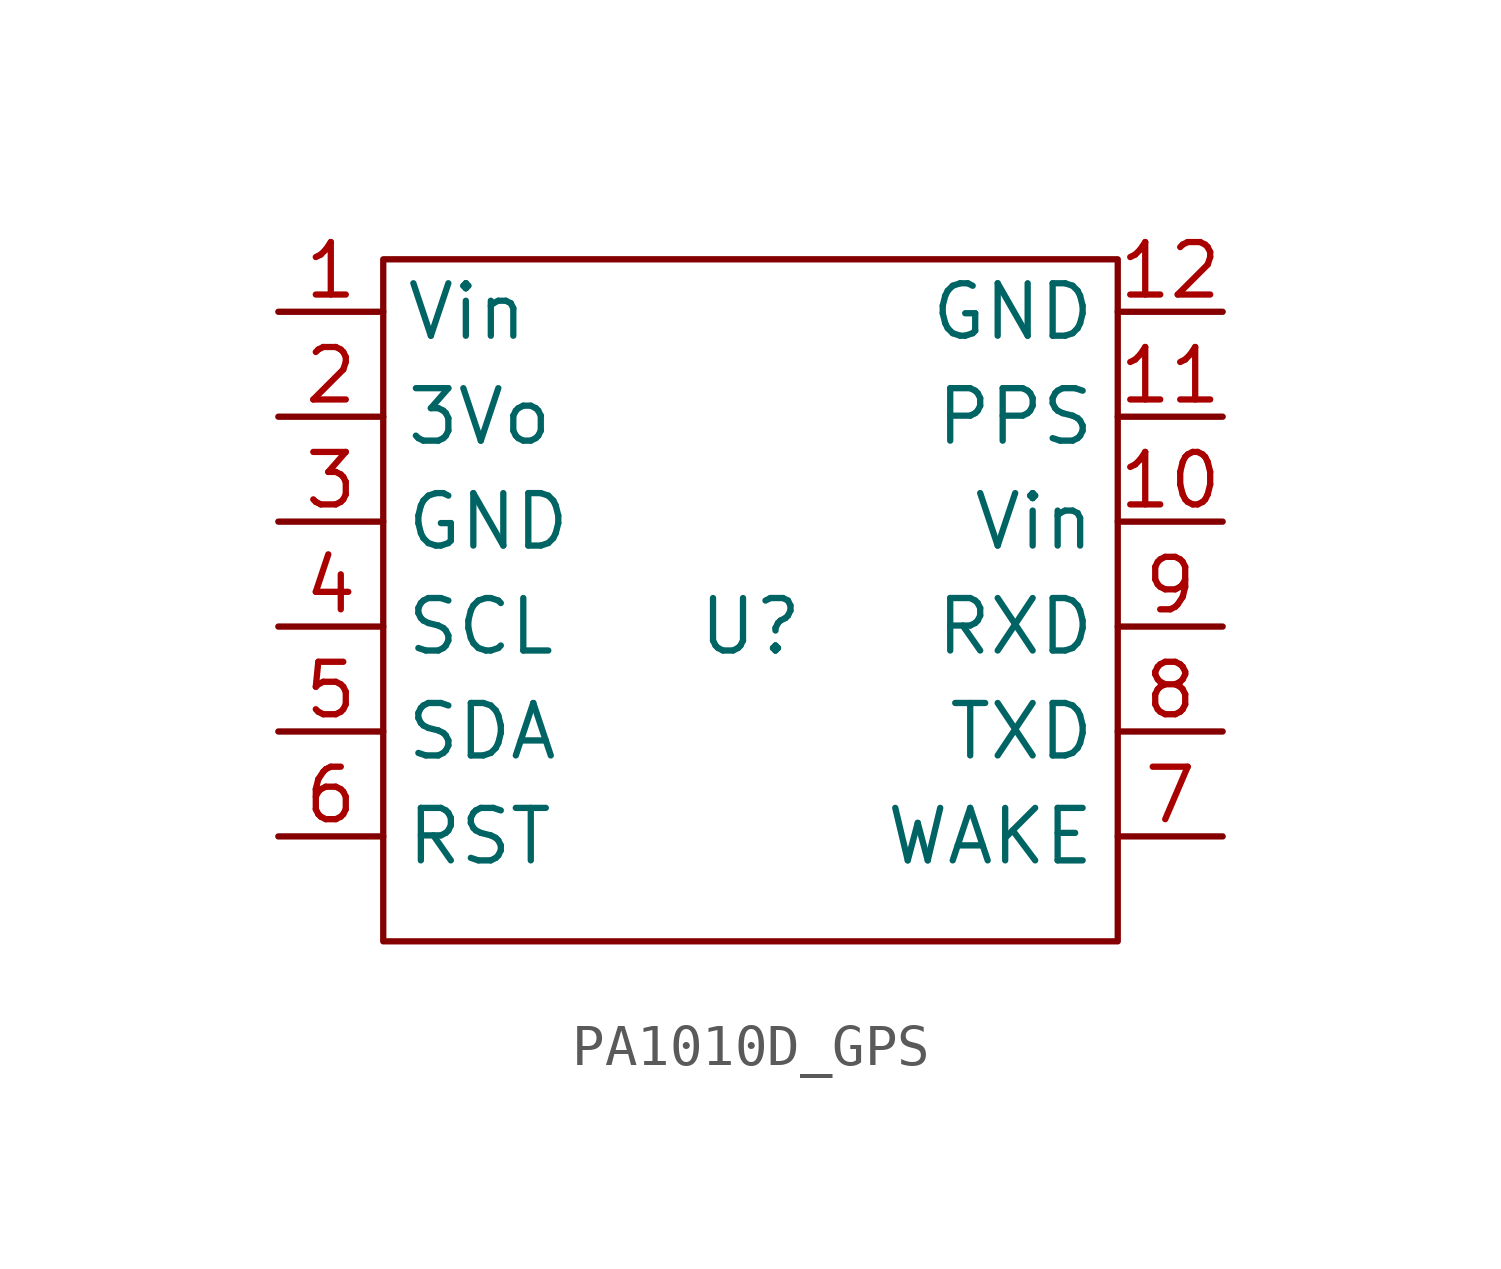
<source format=kicad_sym>
(kicad_symbol_lib
  (version 20231120)
  (generator "kicad_symbol_editor")
  (generator_version "8.0")
  (symbol "PA1010D_GPS"
    (property "Reference" "U"
      (at 0 0 0)
      (effects (font (size 1.27 1.27))))
    (property "Value" ""
      (at 0 0 0)
      (effects (font (size 1.27 1.27))))
    (symbol "PA1010D_GPS_0_1"
      (rectangle (start -8.89 8.89) (end 8.89 -7.62) (stroke (width 0) (type default)) (fill (type none))))
    (symbol "PA1010D_GPS_1_1"
      (pin power_in line (at -11.43 7.62 0) (length 2.54) (name "Vin" (effects (font (size 1.27 1.27)))) (number "1" (effects (font (size 1.27 1.27)))))
      (pin power_in line (at 11.43 2.54 180) (length 2.54) (name "Vin" (effects (font (size 1.27 1.27)))) (number "10" (effects (font (size 1.27 1.27)))))
      (pin unspecified line (at 11.43 5.08 180) (length 2.54) (name "PPS" (effects (font (size 1.27 1.27)))) (number "11" (effects (font (size 1.27 1.27)))))
      (pin power_in line (at 11.43 7.62 180) (length 2.54) (name "GND" (effects (font (size 1.27 1.27)))) (number "12" (effects (font (size 1.27 1.27)))))
      (pin unspecified line (at -11.43 5.08 0) (length 2.54) (name "3Vo" (effects (font (size 1.27 1.27)))) (number "2" (effects (font (size 1.27 1.27)))))
      (pin power_in line (at -11.43 2.54 0) (length 2.54) (name "GND" (effects (font (size 1.27 1.27)))) (number "3" (effects (font (size 1.27 1.27)))))
      (pin unspecified line (at -11.43 0 0) (length 2.54) (name "SCL" (effects (font (size 1.27 1.27)))) (number "4" (effects (font (size 1.27 1.27)))))
      (pin unspecified line (at -11.43 -2.54 0) (length 2.54) (name "SDA" (effects (font (size 1.27 1.27)))) (number "5" (effects (font (size 1.27 1.27)))))
      (pin unspecified line (at -11.43 -5.08 0) (length 2.54) (name "RST" (effects (font (size 1.27 1.27)))) (number "6" (effects (font (size 1.27 1.27)))))
      (pin unspecified line (at 11.43 -5.08 180) (length 2.54) (name "WAKE" (effects (font (size 1.27 1.27)))) (number "7" (effects (font (size 1.27 1.27)))))
      (pin unspecified line (at 11.43 -2.54 180) (length 2.54) (name "TXD" (effects (font (size 1.27 1.27)))) (number "8" (effects (font (size 1.27 1.27)))))
      (pin unspecified line (at 11.43 0 180) (length 2.54) (name "RXD" (effects (font (size 1.27 1.27)))) (number "9" (effects (font (size 1.27 1.27))))))))
</source>
